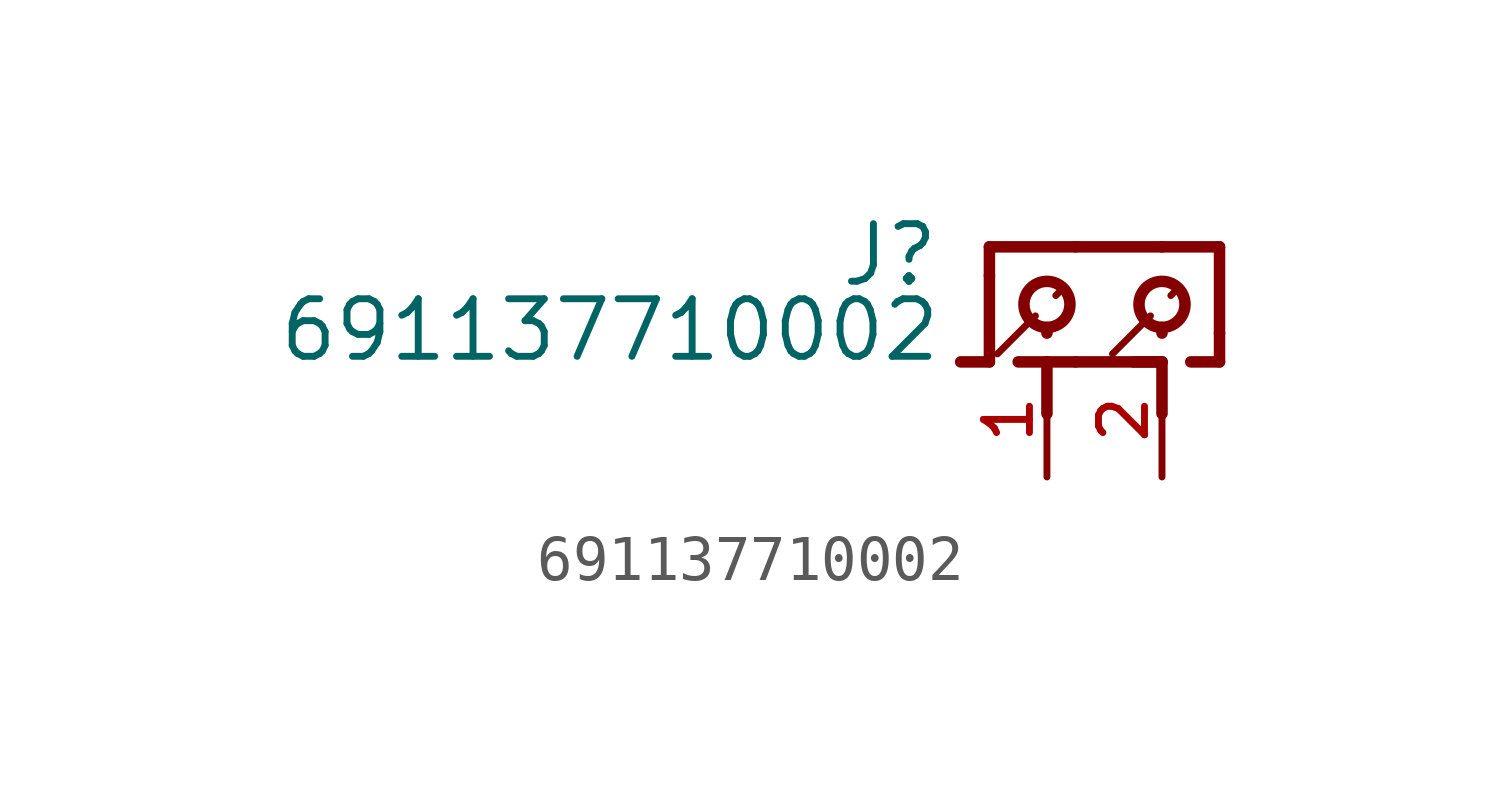
<source format=kicad_sym>
(kicad_symbol_lib
  (version 20211014)
  (generator kicad_symbol_editor)
  (symbol "691137710002"
    (pin_names
      (offset 1.016))
    (property "Reference" "J"
      (at -4.88 -0.922 0)
      (effects (font (size 1.27 1.27)) (justify bottom right)))
    (property "Value" "691137710002"
      (at -4.83 -2.58 0)
      (effects (font (size 1.27 1.27)) (justify bottom right)))
    (symbol "691137710002_0_0"
      (circle (center -2.54 -1.27) (radius 0.508) (stroke (width 0.254)) (fill (type none)))
      (circle (center 0.0 -1.27) (radius 0.508) (stroke (width 0.254)) (fill (type none)))
      (polyline (pts (xy -3.81 0.0) (xy -1.905 0.0)) (stroke (width 0.254)))
      (polyline (pts (xy -1.905 0.0) (xy 0.0 0.0)) (stroke (width 0.254)))
      (polyline (pts (xy 0.0 0.0) (xy 1.27 0.0)) (stroke (width 0.254)))
      (polyline (pts (xy 1.27 -2.54) (xy 0.635 -2.54)) (stroke (width 0.254)))
      (polyline (pts (xy -0.635 -2.54) (xy 0.0 -2.54)) (stroke (width 0.254)))
      (polyline (pts (xy 0.0 -2.54) (xy -1.905 -2.54)) (stroke (width 0.254)))
      (polyline (pts (xy -1.905 -2.54) (xy -2.54 -2.54)) (stroke (width 0.254)))
      (polyline (pts (xy -2.54 -2.54) (xy -3.175 -2.54)) (stroke (width 0.254)))
      (polyline (pts (xy -4.445 -2.54) (xy -3.81 -2.54)) (stroke (width 0.254)))
      (polyline (pts (xy -3.81 -2.54) (xy -3.81 -0.635)) (stroke (width 0.254)))
      (polyline (pts (xy -3.81 -0.635) (xy -3.81 0.0)) (stroke (width 0.254)))
      (polyline (pts (xy 1.27 0.0) (xy 1.27 -1.905)) (stroke (width 0.254)))
      (polyline (pts (xy 1.27 -1.905) (xy 1.27 -2.54)) (stroke (width 0.254)))
      (polyline (pts (xy -2.54 -1.778) (xy -2.54 -1.905)) (stroke (width 0.254)))
      (polyline (pts (xy -2.54 -3.683) (xy -2.54 -2.54)) (stroke (width 0.254)))
      (polyline (pts (xy 0.0 -1.778) (xy 0.0 -1.905)) (stroke (width 0.254)))
      (polyline (pts (xy 0.0 -3.683) (xy 0.0 -2.54)) (stroke (width 0.254)))
      (polyline (pts (xy -2.286 -1.016) (xy -2.345 -1.075)) (stroke (width 0.152)))
      (polyline (pts (xy -3.633 -2.363) (xy -2.794 -1.524)) (stroke (width 0.152)))
      (polyline (pts (xy 0.254 -1.016) (xy 0.195 -1.075)) (stroke (width 0.152)))
      (polyline (pts (xy -1.093 -2.363) (xy -0.254 -1.524)) (stroke (width 0.152)))
      (pin passive line (at -2.54 -5.08 90.0) (length 2.54) (name "~" (effects (font (size 1.016 1.016)))) (number "1" (effects (font (size 1.016 1.016)))))
      (pin passive line (at 0.0 -5.08 90.0) (length 2.54) (name "~" (effects (font (size 1.016 1.016)))) (number "2" (effects (font (size 1.016 1.016))))))))
</source>
